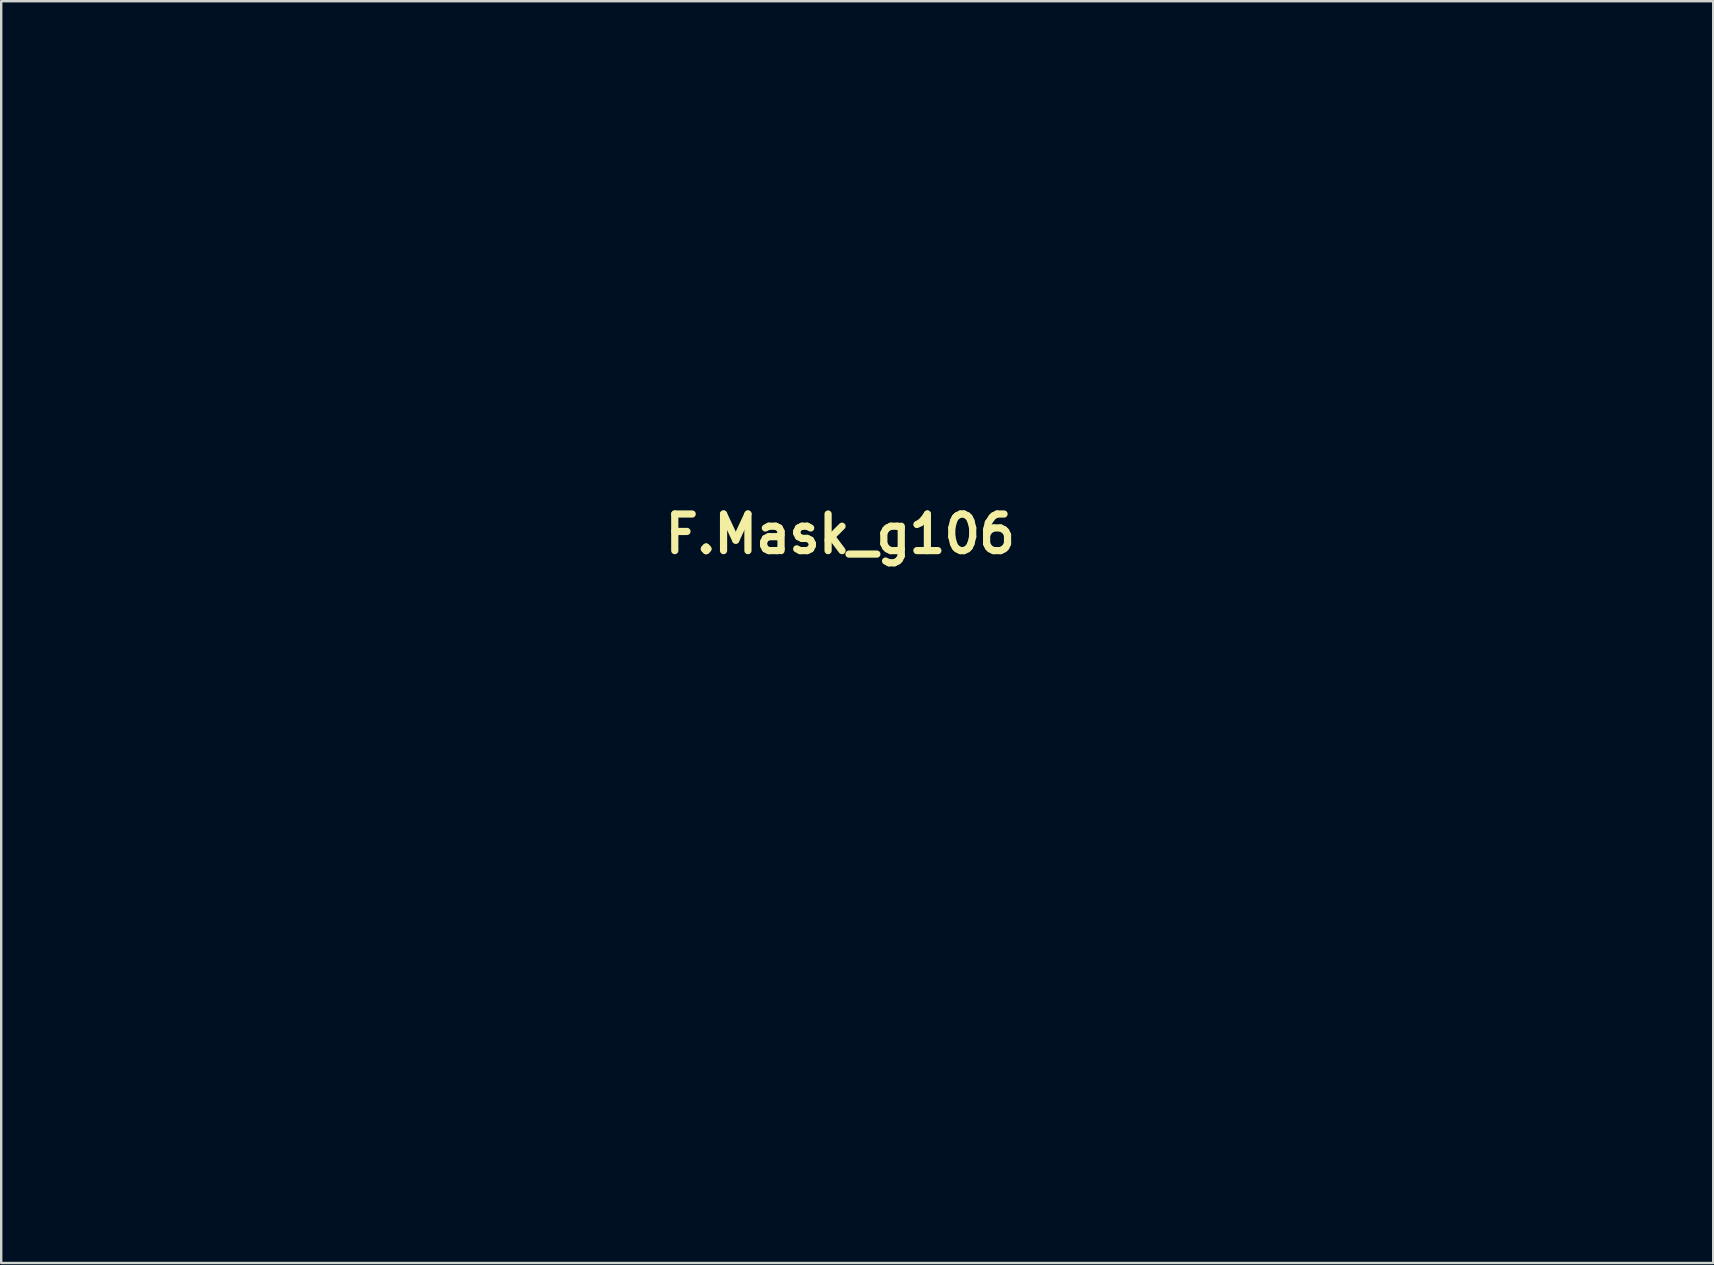
<source format=kicad_pcb>
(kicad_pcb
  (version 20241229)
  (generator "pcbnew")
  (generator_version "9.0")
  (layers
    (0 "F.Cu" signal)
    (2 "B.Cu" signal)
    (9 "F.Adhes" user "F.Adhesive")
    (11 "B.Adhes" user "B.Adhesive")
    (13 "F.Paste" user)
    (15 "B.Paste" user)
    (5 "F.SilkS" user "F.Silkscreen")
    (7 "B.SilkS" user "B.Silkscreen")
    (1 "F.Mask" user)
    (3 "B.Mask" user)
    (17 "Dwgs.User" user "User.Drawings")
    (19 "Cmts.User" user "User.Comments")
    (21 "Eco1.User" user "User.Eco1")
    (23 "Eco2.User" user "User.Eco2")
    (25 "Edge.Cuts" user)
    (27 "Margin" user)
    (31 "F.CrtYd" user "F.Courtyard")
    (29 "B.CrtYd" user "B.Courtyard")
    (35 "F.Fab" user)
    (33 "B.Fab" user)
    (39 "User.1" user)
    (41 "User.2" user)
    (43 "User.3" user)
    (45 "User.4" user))
  (footprint "F.Mask_g106"
    (layer "F.Cu")
    (at 31.953 19.197)
    (property "Reference" "F.Mask_g106" (at 0 0 0) (layer "F.SilkS") (effects (font (size 1.524 1.524) (thickness 0.3))))
    (attr through_hole)
    (fp_poly (pts (xy 14.445 5.474) (xy 14.498 5.514) (xy 14.581 5.582) (xy 14.694 5.677) (xy 14.838 5.8) (xy 14.875 5.833) (xy 14.95 5.898) (xy 14.693 6.25) (xy 14.337 6.725) (xy 13.974 7.19) (xy 13.612 7.635) (xy 13.273 8.033) (xy 13.021 8.317) (xy 12.746 8.619) (xy 12.454 8.933) (xy 12.149 9.254) (xy 11.837 9.576) (xy 11.523 9.895) (xy 11.212 10.206) (xy 10.909 10.502) (xy 10.618 10.78) (xy 10.346 11.034) (xy 10.172 11.191) (xy 10.026 11.321) (xy 9.893 11.438) (xy 9.775 11.54) (xy 9.676 11.625) (xy 9.598 11.69) (xy 9.543 11.733) (xy 9.516 11.751) (xy 9.514 11.747) (xy 9.537 11.713) (xy 9.583 11.651) (xy 9.65 11.561) (xy 9.739 11.443) (xy 9.851 11.297) (xy 9.986 11.121) (xy 10.144 10.917) (xy 10.325 10.683) (xy 10.529 10.419) (xy 10.758 10.125) (xy 11.01 9.801) (xy 11.286 9.446) (xy 11.587 9.06) (xy 11.912 8.643) (xy 12.262 8.194) (xy 12.637 7.714) (xy 13.038 7.201) (xy 13.464 6.656) (xy 13.916 6.078) (xy 14.188 5.731) (xy 14.261 5.64) (xy 14.325 5.562) (xy 14.376 5.503) (xy 14.41 5.468) (xy 14.42 5.461) (xy 14.445 5.474)) (stroke (width 0.01) (type solid)) (fill yes) (layer "F.Mask"))
    (fp_poly (pts (xy -24.123 -19.178) (xy -24.078 -19.137) (xy -24.024 -19.067) (xy -23.951 -18.969) (xy -23.94 -18.955) (xy -23.716 -18.621) (xy -23.522 -18.261) (xy -23.358 -17.878) (xy -23.228 -17.479) (xy -23.133 -17.07) (xy -23.102 -16.878) (xy -23.084 -16.696) (xy -23.074 -16.486) (xy -23.073 -16.262) (xy -23.081 -16.035) (xy -23.096 -15.817) (xy -23.119 -15.619) (xy -23.143 -15.483) (xy -23.233 -15.136) (xy -23.356 -14.786) (xy -23.506 -14.441) (xy -23.68 -14.112) (xy -23.874 -13.807) (xy -24.046 -13.578) (xy -24.151 -13.458) (xy -24.281 -13.323) (xy -24.425 -13.182) (xy -24.573 -13.046) (xy -24.716 -12.923) (xy -24.828 -12.834) (xy -25.188 -12.592) (xy -25.564 -12.387) (xy -25.955 -12.22) (xy -26.359 -12.093) (xy -26.773 -12.006) (xy -26.956 -11.981) (xy -27.08 -11.971) (xy -27.234 -11.965) (xy -27.407 -11.962) (xy -27.586 -11.963) (xy -27.762 -11.968) (xy -27.921 -11.976) (xy -28.054 -11.987) (xy -28.09 -11.991) (xy -28.487 -12.066) (xy -28.881 -12.181) (xy -29.262 -12.332) (xy -29.366 -12.381) (xy -29.454 -12.425) (xy -29.531 -12.464) (xy -29.585 -12.492) (xy -29.608 -12.505) (xy -29.614 -12.522) (xy -29.603 -12.558) (xy -29.575 -12.617) (xy -29.527 -12.704) (xy -29.479 -12.786) (xy -28.935 -13.664) (xy -28.351 -14.525) (xy -27.73 -15.369) (xy -27.071 -16.196) (xy -26.375 -17.005) (xy -25.643 -17.794) (xy -24.875 -18.564) (xy -24.442 -18.974) (xy -24.341 -19.069) (xy -24.266 -19.137) (xy -24.209 -19.178) (xy -24.164 -19.192) (xy -24.123 -19.178)) (stroke (width 0.01) (type solid)) (fill yes) (layer "F.Mask"))
    (fp_poly (pts (xy 10.302 -17.534) (xy 10.478 -17.529) (xy 10.633 -17.52) (xy 10.753 -17.508) (xy 11.234 -17.42) (xy 11.691 -17.298) (xy 12.124 -17.141) (xy 12.533 -16.949) (xy 12.92 -16.722) (xy 13.285 -16.46) (xy 13.629 -16.161) (xy 13.781 -16.01) (xy 14.066 -15.693) (xy 14.315 -15.364) (xy 14.536 -15.014) (xy 14.701 -14.7) (xy 14.88 -14.295) (xy 15.018 -13.893) (xy 15.118 -13.488) (xy 15.18 -13.075) (xy 15.205 -12.649) (xy 15.206 -12.573) (xy 15.201 -12.291) (xy 15.184 -12.032) (xy 15.154 -11.779) (xy 15.109 -11.515) (xy 15.101 -11.476) (xy 14.995 -11.053) (xy 14.851 -10.637) (xy 14.669 -10.234) (xy 14.454 -9.847) (xy 14.208 -9.48) (xy 13.933 -9.139) (xy 13.631 -8.826) (xy 13.477 -8.687) (xy 13.11 -8.399) (xy 12.724 -8.148) (xy 12.319 -7.935) (xy 11.894 -7.759) (xy 11.45 -7.621) (xy 10.986 -7.521) (xy 10.88 -7.503) (xy 10.795 -7.493) (xy 10.679 -7.484) (xy 10.541 -7.475) (xy 10.389 -7.468) (xy 10.233 -7.462) (xy 10.079 -7.458) (xy 9.938 -7.457) (xy 9.818 -7.457) (xy 9.727 -7.46) (xy 9.694 -7.463) (xy 9.342 -7.511) (xy 9.023 -7.571) (xy 8.727 -7.644) (xy 8.445 -7.734) (xy 8.167 -7.844) (xy 7.886 -7.975) (xy 7.832 -8.002) (xy 7.449 -8.22) (xy 7.088 -8.472) (xy 6.749 -8.755) (xy 6.436 -9.066) (xy 6.15 -9.402) (xy 5.893 -9.76) (xy 5.667 -10.137) (xy 5.475 -10.53) (xy 5.318 -10.937) (xy 5.198 -11.353) (xy 5.118 -11.777) (xy 5.103 -11.896) (xy 5.071 -12.364) (xy 5.08 -12.823) (xy 5.13 -13.275) (xy 5.222 -13.72) (xy 5.338 -14.108) (xy 5.463 -14.43) (xy 5.621 -14.761) (xy 5.807 -15.089) (xy 6.013 -15.406) (xy 6.103 -15.53) (xy 6.196 -15.647) (xy 6.313 -15.781) (xy 6.444 -15.924) (xy 6.583 -16.068) (xy 6.721 -16.204) (xy 6.851 -16.324) (xy 6.963 -16.42) (xy 6.974 -16.429) (xy 7.359 -16.705) (xy 7.76 -16.942) (xy 8.179 -17.141) (xy 8.615 -17.302) (xy 9.07 -17.424) (xy 9.461 -17.497) (xy 9.59 -17.512) (xy 9.748 -17.523) (xy 9.927 -17.531) (xy 10.115 -17.534) (xy 10.302 -17.534)) (stroke (width 0.01) (type solid)) (fill yes) (layer "F.Mask"))
    (fp_poly (pts (xy -31.91 0.061) (xy -31.881 0.114) (xy -31.836 0.197) (xy -31.779 0.308) (xy -31.709 0.442) (xy -31.63 0.597) (xy -31.543 0.768) (xy -31.449 0.952) (xy -31.419 1.011) (xy -31.338 1.172) (xy -31.24 1.366) (xy -31.127 1.589) (xy -31.002 1.837) (xy -30.866 2.105) (xy -30.723 2.389) (xy -30.573 2.684) (xy -30.42 2.986) (xy -30.266 3.291) (xy -30.113 3.594) (xy -29.962 3.891) (xy -29.933 3.949) (xy -29.795 4.221) (xy -29.662 4.484) (xy -29.535 4.736) (xy -29.415 4.974) (xy -29.304 5.195) (xy -29.202 5.397) (xy -29.113 5.576) (xy -29.035 5.731) (xy -28.972 5.858) (xy -28.924 5.954) (xy -28.893 6.018) (xy -28.881 6.043) (xy -28.826 6.167) (xy -28.974 6.028) (xy -29.094 5.925) (xy -29.207 5.857) (xy -29.323 5.817) (xy -29.453 5.803) (xy -29.538 5.805) (xy -29.699 5.826) (xy -29.834 5.875) (xy -29.956 5.956) (xy -30.016 6.011) (xy -30.049 6.047) (xy -30.08 6.087) (xy -30.11 6.135) (xy -30.14 6.195) (xy -30.171 6.269) (xy -30.205 6.362) (xy -30.243 6.477) (xy -30.286 6.617) (xy -30.336 6.787) (xy -30.393 6.989) (xy -30.459 7.227) (xy -30.483 7.313) (xy -30.539 7.515) (xy -30.596 7.721) (xy -30.653 7.924) (xy -30.706 8.116) (xy -30.755 8.29) (xy -30.798 8.439) (xy -30.831 8.555) (xy -30.833 8.562) (xy -30.873 8.702) (xy -30.913 8.842) (xy -30.95 8.973) (xy -30.981 9.083) (xy -31.001 9.155) (xy -31.037 9.283) (xy -31.074 9.405) (xy -31.108 9.512) (xy -31.139 9.599) (xy -31.163 9.658) (xy -31.178 9.683) (xy -31.189 9.668) (xy -31.208 9.618) (xy -31.234 9.541) (xy -31.264 9.443) (xy -31.281 9.382) (xy -31.403 8.904) (xy -31.515 8.395) (xy -31.617 7.863) (xy -31.707 7.319) (xy -31.782 6.772) (xy -31.843 6.231) (xy -31.886 5.706) (xy -31.909 5.281) (xy -31.914 5.118) (xy -31.919 4.928) (xy -31.924 4.714) (xy -31.928 4.479) (xy -31.932 4.227) (xy -31.936 3.959) (xy -31.939 3.68) (xy -31.941 3.392) (xy -31.944 3.098) (xy -31.946 2.802) (xy -31.947 2.505) (xy -31.948 2.212) (xy -31.948 1.925) (xy -31.948 1.647) (xy -31.948 1.382) (xy -31.947 1.132) (xy -31.945 0.9) (xy -31.943 0.689) (xy -31.941 0.503) (xy -31.938 0.344) (xy -31.935 0.216) (xy -31.931 0.121) (xy -31.926 0.062) (xy -31.921 0.043) (xy -31.91 0.061)) (stroke (width 0.01) (type solid)) (fill yes) (layer "F.Mask"))
    (fp_poly (pts (xy 27.423 7.84) (xy 27.489 7.866) (xy 27.585 7.91) (xy 27.698 7.966) (xy 28.156 8.207) (xy 28.597 8.47) (xy 29.029 8.76) (xy 29.46 9.082) (xy 29.718 9.29) (xy 29.844 9.398) (xy 29.989 9.531) (xy 30.148 9.682) (xy 30.315 9.845) (xy 30.484 10.015) (xy 30.648 10.185) (xy 30.802 10.348) (xy 30.939 10.499) (xy 31.054 10.632) (xy 31.106 10.696) (xy 31.509 11.237) (xy 31.873 11.79) (xy 32.196 12.356) (xy 32.479 12.936) (xy 32.723 13.532) (xy 32.928 14.143) (xy 33.095 14.771) (xy 33.223 15.416) (xy 33.313 16.08) (xy 33.337 16.33) (xy 33.345 16.454) (xy 33.351 16.611) (xy 33.355 16.792) (xy 33.357 16.989) (xy 33.357 17.192) (xy 33.356 17.393) (xy 33.353 17.582) (xy 33.348 17.751) (xy 33.341 17.89) (xy 33.337 17.939) (xy 33.261 18.588) (xy 33.144 19.229) (xy 32.987 19.862) (xy 32.79 20.483) (xy 32.553 21.093) (xy 32.278 21.688) (xy 31.965 22.268) (xy 31.615 22.83) (xy 31.228 23.373) (xy 30.99 23.675) (xy 30.89 23.792) (xy 30.766 23.93) (xy 30.625 24.082) (xy 30.471 24.242) (xy 30.312 24.403) (xy 30.155 24.56) (xy 30.004 24.704) (xy 29.868 24.831) (xy 29.751 24.934) (xy 29.729 24.953) (xy 29.2 25.367) (xy 28.66 25.74) (xy 28.107 26.073) (xy 27.541 26.367) (xy 26.961 26.622) (xy 26.363 26.84) (xy 25.748 27.02) (xy 25.157 27.155) (xy 24.69 27.236) (xy 24.207 27.298) (xy 23.719 27.339) (xy 23.236 27.36) (xy 22.771 27.359) (xy 22.505 27.347) (xy 21.844 27.287) (xy 21.196 27.187) (xy 20.562 27.047) (xy 19.941 26.866) (xy 19.335 26.646) (xy 18.744 26.387) (xy 18.167 26.088) (xy 17.606 25.749) (xy 17.061 25.372) (xy 16.724 25.112) (xy 16.617 25.025) (xy 16.508 24.933) (xy 16.406 24.846) (xy 16.323 24.772) (xy 16.301 24.752) (xy 16.146 24.606) (xy 16.481 24.349) (xy 17.169 23.802) (xy 17.858 23.219) (xy 18.542 22.604) (xy 19.214 21.964) (xy 19.871 21.303) (xy 20.506 20.627) (xy 21.113 19.941) (xy 21.313 19.706) (xy 22.027 18.827) (xy 22.701 17.935) (xy 23.335 17.031) (xy 23.928 16.113) (xy 24.482 15.182) (xy 24.996 14.238) (xy 25.47 13.279) (xy 25.906 12.306) (xy 26.302 11.317) (xy 26.66 10.314) (xy 26.978 9.294) (xy 27.164 8.625) (xy 27.202 8.483) (xy 27.238 8.343) (xy 27.27 8.216) (xy 27.297 8.109) (xy 27.315 8.033) (xy 27.317 8.022) (xy 27.336 7.942) (xy 27.353 7.877) (xy 27.366 7.839) (xy 27.367 7.836) (xy 27.384 7.831) (xy 27.423 7.84)) (stroke (width 0.01) (type solid)) (fill yes) (layer "F.Mask"))
    (fp_poly (pts (xy -18.464 -6.078) (xy -18.439 -6.021) (xy -18.402 -5.933) (xy -18.354 -5.818) (xy -18.298 -5.682) (xy -18.235 -5.527) (xy -18.166 -5.359) (xy -18.143 -5.302) (xy -18.07 -5.122) (xy -17.999 -4.947) (xy -17.932 -4.783) (xy -17.872 -4.636) (xy -17.82 -4.51) (xy -17.779 -4.411) (xy -17.752 -4.346) (xy -17.749 -4.339) (xy -17.73 -4.293) (xy -17.696 -4.211) (xy -17.65 -4.095) (xy -17.592 -3.949) (xy -17.523 -3.777) (xy -17.446 -3.58) (xy -17.36 -3.364) (xy -17.268 -3.129) (xy -17.17 -2.88) (xy -17.068 -2.62) (xy -16.962 -2.352) (xy -16.961 -2.349) (xy -16.882 -2.148) (xy -16.789 -1.91) (xy -16.682 -1.639) (xy -16.564 -1.337) (xy -16.434 -1.007) (xy -16.295 -0.652) (xy -16.147 -0.276) (xy -15.991 0.119) (xy -15.83 0.531) (xy -15.663 0.955) (xy -15.492 1.389) (xy -15.318 1.831) (xy -15.143 2.277) (xy -14.967 2.724) (xy -14.791 3.17) (xy -14.618 3.611) (xy -14.552 3.778) (xy -14.276 4.48) (xy -14.01 5.155) (xy -13.755 5.803) (xy -13.512 6.422) (xy -13.28 7.012) (xy -13.059 7.573) (xy -12.851 8.103) (xy -12.654 8.603) (xy -12.47 9.071) (xy -12.299 9.507) (xy -12.141 9.911) (xy -11.996 10.281) (xy -11.864 10.618) (xy -11.746 10.919) (xy -11.642 11.186) (xy -11.551 11.417) (xy -11.476 11.611) (xy -11.415 11.769) (xy -11.368 11.888) (xy -11.337 11.97) (xy -11.325 12.004) (xy -11.241 12.189) (xy -11.139 12.336) (xy -11.018 12.446) (xy -10.877 12.519) (xy -10.716 12.556) (xy -10.626 12.561) (xy -10.456 12.542) (xy -10.303 12.484) (xy -10.165 12.388) (xy -10.156 12.38) (xy -10.134 12.354) (xy -10.089 12.295) (xy -10.023 12.206) (xy -9.938 12.089) (xy -9.834 11.947) (xy -9.714 11.782) (xy -9.58 11.595) (xy -9.432 11.39) (xy -9.274 11.168) (xy -9.105 10.931) (xy -8.929 10.683) (xy -8.745 10.425) (xy -8.663 10.308) (xy -8.499 10.078) (xy -8.314 9.816) (xy -8.108 9.525) (xy -7.885 9.21) (xy -7.646 8.872) (xy -7.394 8.516) (xy -7.13 8.144) (xy -6.858 7.76) (xy -6.579 7.366) (xy -6.295 6.965) (xy -6.01 6.562) (xy -5.724 6.158) (xy -5.44 5.758) (xy -5.161 5.363) (xy -4.889 4.979) (xy -4.773 4.815) (xy -4.373 4.251) (xy -3.983 3.7) (xy -3.603 3.163) (xy -3.235 2.643) (xy -2.878 2.139) (xy -2.533 1.652) (xy -2.201 1.184) (xy -1.883 0.735) (xy -1.579 0.306) (xy -1.29 -0.102) (xy -1.017 -0.487) (xy -0.76 -0.85) (xy -0.519 -1.189) (xy -0.297 -1.503) (xy -0.092 -1.792) (xy 0.094 -2.054) (xy 0.26 -2.289) (xy 0.406 -2.495) (xy 0.532 -2.672) (xy 0.636 -2.818) (xy 0.718 -2.934) (xy 0.778 -3.017) (xy 0.814 -3.068) (xy 0.826 -3.084) (xy 0.861 -3.13) (xy 1.114 -2.964) (xy 1.216 -2.896) (xy 1.314 -2.826) (xy 1.398 -2.762) (xy 1.458 -2.713) (xy 1.466 -2.706) (xy 1.474 -2.7) (xy 1.48 -2.696) (xy 1.486 -2.693) (xy 1.491 -2.691) (xy 1.496 -2.688) (xy 1.502 -2.683) (xy 1.509 -2.675) (xy 1.518 -2.663) (xy 1.529 -2.646) (xy 1.543 -2.621) (xy 1.56 -2.589) (xy 1.581 -2.548) (xy 1.607 -2.497) (xy 1.638 -2.435) (xy 1.674 -2.361) (xy 1.716 -2.272) (xy 1.766 -2.169) (xy 1.822 -2.05) (xy 1.886 -1.914) (xy 1.959 -1.76) (xy 2.04 -1.586) (xy 2.131 -1.392) (xy 2.232 -1.176) (xy 2.343 -0.937) (xy 2.465 -0.674) (xy 2.599 -0.386) (xy 2.746 -0.071) (xy 2.905 0.271) (xy 3.077 0.642) (xy 3.263 1.043) (xy 3.464 1.475) (xy 3.679 1.939) (xy 3.91 2.436) (xy 4.157 2.968) (xy 4.421 3.536) (xy 4.702 4.141) (xy 4.784 4.318) (xy 5.113 5.028) (xy 5.425 5.7) (xy 5.72 6.334) (xy 5.997 6.931) (xy 6.258 7.491) (xy 6.501 8.014) (xy 6.727 8.501) (xy 6.937 8.953) (xy 7.13 9.368) (xy 7.307 9.748) (xy 7.468 10.094) (xy 7.613 10.405) (xy 7.742 10.682) (xy 7.856 10.925) (xy 7.954 11.135) (xy 8.037 11.311) (xy 8.104 11.455) (xy 8.157 11.567) (xy 8.195 11.647) (xy 8.218 11.695) (xy 8.222 11.702) (xy 8.32 11.858) (xy 8.437 11.978) (xy 8.549 12.049) (xy 8.6 12.071) (xy 8.652 12.085) (xy 8.716 12.093) (xy 8.804 12.096) (xy 8.877 12.096) (xy 9.107 12.095) (xy 9.025 12.166) (xy 8.938 12.239) (xy 8.835 12.325) (xy 8.721 12.418) (xy 8.598 12.516) (xy 8.473 12.615) (xy 8.349 12.712) (xy 8.231 12.803) (xy 8.123 12.886) (xy 8.03 12.956) (xy 7.956 13.009) (xy 7.906 13.044) (xy 7.884 13.055) (xy 7.883 13.055) (xy 7.873 13.035) (xy 7.845 12.979) (xy 7.802 12.89) (xy 7.742 12.768) (xy 7.669 12.617) (xy 7.582 12.439) (xy 7.483 12.235) (xy 7.373 12.009) (xy 7.253 11.761) (xy 7.124 11.494) (xy 6.987 11.211) (xy 6.842 10.913) (xy 6.692 10.603) (xy 6.549 10.306) (xy 6.235 9.658) (xy 5.939 9.045) (xy 5.658 8.465) (xy 5.392 7.915) (xy 5.139 7.393) (xy 4.898 6.895) (xy 4.668 6.42) (xy 4.447 5.964) (xy 4.234 5.525) (xy 4.029 5.1) (xy 3.828 4.687) (xy 3.632 4.283) (xy 3.439 3.885) (xy 3.248 3.491) (xy 3.057 3.097) (xy 2.865 2.702) (xy 2.683 2.328) (xy 2.55 2.055) (xy 2.421 1.789) (xy 2.297 1.534) (xy 2.179 1.292) (xy 2.07 1.065) (xy 1.969 0.858) (xy 1.879 0.673) (xy 1.801 0.513) (xy 1.737 0.38) (xy 1.688 0.278) (xy 1.655 0.209) (xy 1.643 0.186) (xy 1.57 0.047) (xy 1.498 -0.059) (xy 1.417 -0.141) (xy 1.322 -0.207) (xy 1.285 -0.227) (xy 1.227 -0.256) (xy 1.174 -0.273) (xy 1.112 -0.282) (xy 1.028 -0.285) (xy 0.974 -0.286) (xy 0.873 -0.284) (xy 0.8 -0.278) (xy 0.742 -0.265) (xy 0.683 -0.241) (xy 0.651 -0.226) (xy 0.559 -0.17) (xy 0.471 -0.097) (xy 0.443 -0.068) (xy 0.416 -0.03) (xy 0.371 0.044) (xy 0.307 0.154) (xy 0.224 0.301) (xy 0.122 0.485) (xy 0.001 0.706) (xy -0.14 0.963) (xy -0.3 1.258) (xy -0.479 1.591) (xy -0.677 1.96) (xy -0.766 2.127) (xy -0.868 2.317) (xy -0.989 2.542) (xy -1.127 2.801) (xy -1.282 3.09) (xy -1.452 3.408) (xy -1.637 3.753) (xy -1.835 4.123) (xy -2.045 4.515) (xy -2.266 4.928) (xy -2.497 5.359) (xy -2.737 5.807) (xy -2.985 6.269) (xy -3.239 6.743) (xy -3.498 7.227) (xy -3.762 7.719) (xy -4.029 8.217) (xy -4.297 8.718) (xy -4.567 9.221) (xy -4.836 9.724) (xy -5.104 10.224) (xy -5.144 10.298) (xy -5.409 10.793) (xy -5.675 11.288) (xy -5.939 11.782) (xy -6.202 12.273) (xy -6.462 12.758) (xy -6.719 13.236) (xy -6.97 13.705) (xy -7.215 14.163) (xy -7.453 14.608) (xy -7.683 15.037) (xy -7.904 15.449) (xy -8.115 15.842) (xy -8.314 16.214) (xy -8.501 16.564) (xy -8.675 16.888) (xy -8.834 17.185) (xy -8.978 17.453) (xy -9.105 17.691) (xy -9.215 17.896) (xy -9.306 18.066) (xy -9.329 18.108) (xy -10.258 19.844) (xy -10.45 19.85) (xy -10.643 19.856) (xy -11.388 17.987) (xy -11.458 17.81) (xy -11.544 17.595) (xy -11.643 17.346) (xy -11.756 17.064) (xy -11.88 16.751) (xy -12.016 16.41) (xy -12.162 16.043) (xy -12.317 15.653) (xy -12.481 15.24) (xy -12.653 14.809) (xy -12.832 14.36) (xy -13.017 13.896) (xy -13.206 13.419) (xy -13.4 12.932) (xy -13.597 12.436) (xy -13.797 11.935) (xy -13.998 11.429) (xy -14.2 10.922) (xy -14.401 10.415) (xy -14.503 10.16) (xy -14.83 9.336) (xy -15.143 8.551) (xy -15.44 7.804) (xy -15.723 7.093) (xy -15.992 6.418) (xy -16.246 5.779) (xy -16.488 5.173) (xy -16.716 4.601) (xy -16.931 4.061) (xy -17.133 3.552) (xy -17.324 3.075) (xy -17.502 2.627) (xy -17.67 2.208) (xy -17.826 1.818) (xy -17.971 1.454) (xy -18.106 1.118) (xy -18.231 0.806) (xy -18.346 0.519) (xy -18.451 0.256) (xy -18.548 0.017) (xy -18.636 -0.201) (xy -18.715 -0.398) (xy -18.787 -0.574) (xy -18.851 -0.731) (xy -18.908 -0.869) (xy -18.957 -0.99) (xy -19 -1.093) (xy -19.037 -1.181) (xy -19.068 -1.253) (xy -19.093 -1.311) (xy -19.113 -1.355) (xy -19.128 -1.387) (xy -19.139 -1.407) (xy -19.142 -1.413) (xy -19.249 -1.536) (xy -19.377 -1.628) (xy -19.521 -1.686) (xy -19.674 -1.712) (xy -19.829 -1.704) (xy -19.981 -1.662) (xy -20.123 -1.587) (xy -20.24 -1.486) (xy -20.265 -1.458) (xy -20.288 -1.428) (xy -20.311 -1.394) (xy -20.335 -1.351) (xy -20.362 -1.297) (xy -20.391 -1.23) (xy -20.425 -1.146) (xy -20.464 -1.043) (xy -20.509 -0.917) (xy -20.562 -0.767) (xy -20.624 -0.589) (xy -20.695 -0.379) (xy -20.778 -0.137) (xy -20.872 0.142) (xy -20.902 0.233) (xy -20.953 0.385) (xy -21.017 0.573) (xy -21.093 0.796) (xy -21.178 1.049) (xy -21.274 1.331) (xy -21.377 1.636) (xy -21.489 1.964) (xy -21.606 2.31) (xy -21.729 2.671) (xy -21.856 3.045) (xy -21.986 3.428) (xy -22.118 3.817) (xy -22.252 4.209) (xy -22.385 4.601) (xy -22.472 4.858) (xy -22.69 5.496) (xy -22.894 6.096) (xy -23.086 6.659) (xy -23.265 7.187) (xy -23.433 7.681) (xy -23.59 8.143) (xy -23.737 8.574) (xy -23.874 8.976) (xy -24.001 9.35) (xy -24.119 9.699) (xy -24.229 10.023) (xy -24.332 10.324) (xy -24.427 10.604) (xy -24.515 10.865) (xy -24.597 11.107) (xy -24.673 11.333) (xy -24.745 11.544) (xy -24.811 11.742) (xy -24.874 11.927) (xy -24.933 12.103) (xy -24.989 12.269) (xy -25.042 12.429) (xy -25.094 12.583) (xy -25.128 12.686) (xy -25.22 12.961) (xy -25.3 13.197) (xy -25.369 13.398) (xy -25.427 13.565) (xy -25.476 13.701) (xy -25.516 13.808) (xy -25.549 13.888) (xy -25.574 13.944) (xy -25.594 13.977) (xy -25.607 13.991) (xy -25.61 13.991) (xy -25.621 13.972) (xy -25.647 13.914) (xy -25.689 13.818) (xy -25.746 13.686) (xy -25.818 13.518) (xy -25.904 13.314) (xy -26.004 13.075) (xy -26.119 12.803) (xy -26.246 12.498) (xy -26.387 12.161) (xy -26.541 11.792) (xy -26.707 11.392) (xy -26.885 10.962) (xy -27.076 10.504) (xy -27.277 10.016) (xy -27.491 9.501) (xy -27.704 8.985) (xy -27.815 8.718) (xy -27.921 8.46) (xy -28.023 8.214) (xy -28.119 7.983) (xy -28.207 7.771) (xy -28.286 7.58) (xy -28.355 7.413) (xy -28.414 7.272) (xy -28.46 7.162) (xy -28.492 7.084) (xy -28.51 7.042) (xy -28.512 7.038) (xy -28.535 6.983) (xy -28.571 6.898) (xy -28.615 6.792) (xy -28.664 6.673) (xy -28.704 6.574) (xy -28.761 6.434) (xy -28.802 6.325) (xy -28.828 6.251) (xy -28.839 6.21) (xy -28.833 6.206) (xy -28.812 6.238) (xy -28.789 6.279) (xy -28.75 6.353) (xy -28.694 6.461) (xy -28.624 6.599) (xy -28.541 6.763) (xy -28.447 6.948) (xy -28.345 7.152) (xy -28.235 7.369) (xy -28.121 7.596) (xy -28.005 7.828) (xy -27.888 8.062) (xy -27.772 8.294) (xy -27.66 8.52) (xy -27.553 8.735) (xy -27.454 8.935) (xy -27.364 9.117) (xy -27.285 9.277) (xy -27.22 9.41) (xy -27.209 9.433) (xy -27.126 9.604) (xy -27.056 9.742) (xy -26.998 9.852) (xy -26.947 9.939) (xy -26.901 10.009) (xy -26.856 10.068) (xy -26.81 10.12) (xy -26.783 10.147) (xy -26.694 10.226) (xy -26.609 10.277) (xy -26.515 10.306) (xy -26.398 10.317) (xy -26.342 10.318) (xy -26.243 10.317) (xy -26.171 10.31) (xy -26.111 10.294) (xy -26.048 10.268) (xy -26.032 10.26) (xy -25.917 10.189) (xy -25.811 10.099) (xy -25.728 10.001) (xy -25.697 9.949) (xy -25.681 9.915) (xy -25.648 9.843) (xy -25.598 9.734) (xy -25.533 9.59) (xy -25.451 9.41) (xy -25.355 9.197) (xy -25.244 8.951) (xy -25.119 8.672) (xy -24.98 8.363) (xy -24.827 8.023) (xy -24.661 7.654) (xy -24.483 7.257) (xy -24.292 6.832) (xy -24.09 6.381) (xy -23.876 5.905) (xy -23.652 5.404) (xy -23.417 4.879) (xy -23.172 4.332) (xy -22.917 3.763) (xy -22.653 3.174) (xy -22.38 2.564) (xy -22.099 1.936) (xy -21.876 1.439) (xy -21.587 0.793) (xy -21.314 0.184) (xy -21.058 -0.389) (xy -20.817 -0.926) (xy -20.592 -1.429) (xy -20.382 -1.899) (xy -20.186 -2.336) (xy -20.003 -2.743) (xy -19.834 -3.12) (xy -19.678 -3.469) (xy -19.534 -3.789) (xy -19.402 -4.083) (xy -19.281 -4.352) (xy -19.171 -4.597) (xy -19.072 -4.818) (xy -18.982 -5.017) (xy -18.901 -5.195) (xy -18.83 -5.353) (xy -18.766 -5.493) (xy -18.711 -5.614) (xy -18.663 -5.719) (xy -18.621 -5.809) (xy -18.586 -5.884) (xy -18.557 -5.946) (xy -18.533 -5.996) (xy -18.514 -6.035) (xy -18.5 -6.063) (xy -18.489 -6.083) (xy -18.482 -6.095) (xy -18.477 -6.101) (xy -18.475 -6.101) (xy -18.464 -6.078)) (stroke (width 0.01) (type solid)) (fill yes) (layer "F.Mask")))
  (gr_rect
    (start -3 -3)
    (end 68.316 49.562)
    (stroke (width 0.1) (type default))
    (fill no)
    (layer "Edge.Cuts")))
</source>
